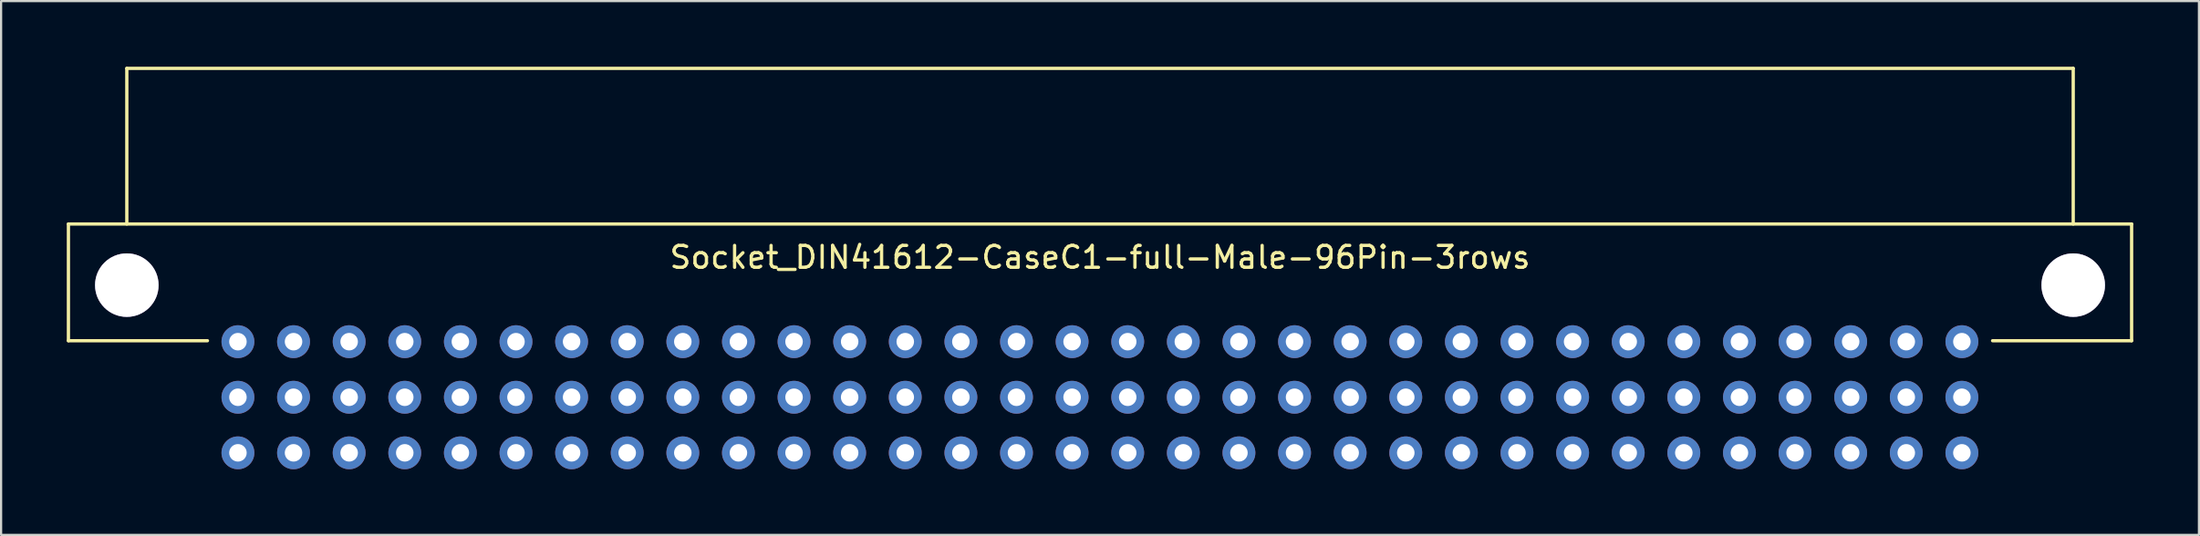
<source format=kicad_pcb>
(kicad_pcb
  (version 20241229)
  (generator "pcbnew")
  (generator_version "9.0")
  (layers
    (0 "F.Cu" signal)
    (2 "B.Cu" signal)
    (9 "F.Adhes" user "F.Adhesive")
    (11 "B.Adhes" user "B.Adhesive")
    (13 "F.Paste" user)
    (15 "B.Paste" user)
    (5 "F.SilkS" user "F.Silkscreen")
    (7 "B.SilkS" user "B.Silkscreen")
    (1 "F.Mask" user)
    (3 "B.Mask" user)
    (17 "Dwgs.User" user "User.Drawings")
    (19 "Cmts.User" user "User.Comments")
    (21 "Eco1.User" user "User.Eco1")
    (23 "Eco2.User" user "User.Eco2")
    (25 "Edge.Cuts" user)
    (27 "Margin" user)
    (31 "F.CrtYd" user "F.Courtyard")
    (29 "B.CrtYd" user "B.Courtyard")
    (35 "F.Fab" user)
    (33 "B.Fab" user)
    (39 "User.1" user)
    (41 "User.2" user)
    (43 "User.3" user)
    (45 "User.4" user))
  (footprint "Socket_DIN41612-CaseC1-full-Male-96Pin-3rows"
    (layer "F.Cu")
    (at 47.187 15.105)
    (property "Reference" "Socket_DIN41612-CaseC1-full-Male-96Pin-3rows" (at 0.005 -6.394 180) (layer "F.SilkS") (effects (font (size 1 1) (thickness 0.15))))
    (attr through_hole)
    (fp_line (start -47.112 -7.918) (end 47.122 -7.918) (stroke (width 0.15) (type solid)) (layer "F.SilkS"))
    (fp_line (start -47.112 -2.584) (end -47.112 -7.918) (stroke (width 0.15) (type solid)) (layer "F.SilkS"))
    (fp_line (start -47.112 -2.584) (end -40.762 -2.584) (stroke (width 0.15) (type solid)) (layer "F.SilkS"))
    (fp_line (start -44.445 -15.03) (end 44.455 -15.03) (stroke (width 0.15) (type solid)) (layer "F.SilkS"))
    (fp_line (start -44.445 -7.918) (end -44.445 -15.03) (stroke (width 0.15) (type solid)) (layer "F.SilkS"))
    (fp_line (start 44.455 -15.03) (end 44.455 -7.918) (stroke (width 0.15) (type solid)) (layer "F.SilkS"))
    (fp_line (start 47.122 -7.918) (end 47.122 -2.584) (stroke (width 0.15) (type solid)) (layer "F.SilkS"))
    (fp_line (start 47.122 -2.584) (end 40.772 -2.584) (stroke (width 0.15) (type solid)) (layer "F.SilkS"))
    (pad "1" thru_hole circle (at -44.445 -5.124 180) (size 2.901 2.901) (drill 2.901) (layers "*.Cu" "*.Mask"))
    (pad "1" thru_hole circle (at 44.455 -5.124 180) (size 2.901 2.901) (drill 2.901) (layers "*.Cu" "*.Mask"))
    (pad "1a" thru_hole circle (at 39.37 -2.54 180) (size 1.501 1.501) (drill 0.8) (layers "*.Cu" "*.Mask"))
    (pad "1b" thru_hole circle (at 39.37 0 180) (size 1.501 1.501) (drill 0.8) (layers "*.Cu" "*.Mask"))
    (pad "1c" thru_hole circle (at 39.37 2.54 180) (size 1.501 1.501) (drill 0.8) (layers "*.Cu" "*.Mask"))
    (pad "2a" thru_hole circle (at 36.83 -2.54 180) (size 1.501 1.501) (drill 0.8) (layers "*.Cu" "*.Mask"))
    (pad "2b" thru_hole circle (at 36.83 0 180) (size 1.501 1.501) (drill 0.8) (layers "*.Cu" "*.Mask"))
    (pad "2c" thru_hole circle (at 36.83 2.54 180) (size 1.501 1.501) (drill 0.8) (layers "*.Cu" "*.Mask"))
    (pad "3a" thru_hole circle (at 34.29 -2.54 180) (size 1.501 1.501) (drill 0.8) (layers "*.Cu" "*.Mask"))
    (pad "3b" thru_hole circle (at 34.29 0 180) (size 1.501 1.501) (drill 0.8) (layers "*.Cu" "*.Mask"))
    (pad "3c" thru_hole circle (at 34.29 2.54 180) (size 1.501 1.501) (drill 0.8) (layers "*.Cu" "*.Mask"))
    (pad "4a" thru_hole circle (at 31.75 -2.54 180) (size 1.501 1.501) (drill 0.8) (layers "*.Cu" "*.Mask"))
    (pad "4b" thru_hole circle (at 31.75 0 180) (size 1.501 1.501) (drill 0.8) (layers "*.Cu" "*.Mask"))
    (pad "4c" thru_hole circle (at 31.75 2.54 180) (size 1.501 1.501) (drill 0.8) (layers "*.Cu" "*.Mask"))
    (pad "5a" thru_hole circle (at 29.21 -2.54 180) (size 1.501 1.501) (drill 0.8) (layers "*.Cu" "*.Mask"))
    (pad "5b" thru_hole circle (at 29.21 0 180) (size 1.501 1.501) (drill 0.8) (layers "*.Cu" "*.Mask"))
    (pad "5c" thru_hole circle (at 29.21 2.54 180) (size 1.501 1.501) (drill 0.8) (layers "*.Cu" "*.Mask"))
    (pad "6a" thru_hole circle (at 26.67 -2.54 180) (size 1.501 1.501) (drill 0.8) (layers "*.Cu" "*.Mask"))
    (pad "6b" thru_hole circle (at 26.67 0 180) (size 1.501 1.501) (drill 0.8) (layers "*.Cu" "*.Mask"))
    (pad "6c" thru_hole circle (at 26.67 2.54 180) (size 1.501 1.501) (drill 0.8) (layers "*.Cu" "*.Mask"))
    (pad "7a" thru_hole circle (at 24.13 -2.54 180) (size 1.501 1.501) (drill 0.8) (layers "*.Cu" "*.Mask"))
    (pad "7b" thru_hole circle (at 24.13 0 180) (size 1.501 1.501) (drill 0.8) (layers "*.Cu" "*.Mask"))
    (pad "7c" thru_hole circle (at 24.13 2.54 180) (size 1.501 1.501) (drill 0.8) (layers "*.Cu" "*.Mask"))
    (pad "8a" thru_hole circle (at 21.59 -2.54 180) (size 1.501 1.501) (drill 0.8) (layers "*.Cu" "*.Mask"))
    (pad "8b" thru_hole circle (at 21.59 0 180) (size 1.501 1.501) (drill 0.8) (layers "*.Cu" "*.Mask"))
    (pad "8c" thru_hole circle (at 21.59 2.54 180) (size 1.501 1.501) (drill 0.8) (layers "*.Cu" "*.Mask"))
    (pad "9a" thru_hole circle (at 19.05 -2.54 180) (size 1.501 1.501) (drill 0.8) (layers "*.Cu" "*.Mask"))
    (pad "9b" thru_hole circle (at 19.05 0 180) (size 1.501 1.501) (drill 0.8) (layers "*.Cu" "*.Mask"))
    (pad "9c" thru_hole circle (at 19.05 2.54 180) (size 1.501 1.501) (drill 0.8) (layers "*.Cu" "*.Mask"))
    (pad "10a" thru_hole circle (at 16.51 -2.54 180) (size 1.501 1.501) (drill 0.8) (layers "*.Cu" "*.Mask"))
    (pad "10b" thru_hole circle (at 16.51 0 180) (size 1.501 1.501) (drill 0.8) (layers "*.Cu" "*.Mask"))
    (pad "10c" thru_hole circle (at 16.51 2.54 180) (size 1.501 1.501) (drill 0.8) (layers "*.Cu" "*.Mask"))
    (pad "11a" thru_hole circle (at 13.97 -2.54 180) (size 1.501 1.501) (drill 0.8) (layers "*.Cu" "*.Mask"))
    (pad "11b" thru_hole circle (at 13.97 0 180) (size 1.501 1.501) (drill 0.8) (layers "*.Cu" "*.Mask"))
    (pad "11c" thru_hole circle (at 13.97 2.54 180) (size 1.501 1.501) (drill 0.8) (layers "*.Cu" "*.Mask"))
    (pad "12a" thru_hole circle (at 11.43 -2.54 180) (size 1.501 1.501) (drill 0.8) (layers "*.Cu" "*.Mask"))
    (pad "12b" thru_hole circle (at 11.43 0 180) (size 1.501 1.501) (drill 0.8) (layers "*.Cu" "*.Mask"))
    (pad "12c" thru_hole circle (at 11.43 2.54 180) (size 1.501 1.501) (drill 0.8) (layers "*.Cu" "*.Mask"))
    (pad "13a" thru_hole circle (at 8.89 -2.54 180) (size 1.501 1.501) (drill 0.8) (layers "*.Cu" "*.Mask"))
    (pad "13b" thru_hole circle (at 8.89 0 180) (size 1.501 1.501) (drill 0.8) (layers "*.Cu" "*.Mask"))
    (pad "13c" thru_hole circle (at 8.89 2.54 180) (size 1.501 1.501) (drill 0.8) (layers "*.Cu" "*.Mask"))
    (pad "14a" thru_hole circle (at 6.35 -2.54 180) (size 1.501 1.501) (drill 0.8) (layers "*.Cu" "*.Mask"))
    (pad "14b" thru_hole circle (at 6.35 0 180) (size 1.501 1.501) (drill 0.8) (layers "*.Cu" "*.Mask"))
    (pad "14c" thru_hole circle (at 6.35 2.54 180) (size 1.501 1.501) (drill 0.8) (layers "*.Cu" "*.Mask"))
    (pad "15a" thru_hole circle (at 3.81 -2.54 180) (size 1.501 1.501) (drill 0.8) (layers "*.Cu" "*.Mask"))
    (pad "15b" thru_hole circle (at 3.81 0 180) (size 1.501 1.501) (drill 0.8) (layers "*.Cu" "*.Mask"))
    (pad "15c" thru_hole circle (at 3.81 2.54 180) (size 1.501 1.501) (drill 0.8) (layers "*.Cu" "*.Mask"))
    (pad "16a" thru_hole circle (at 1.27 -2.54 180) (size 1.501 1.501) (drill 0.8) (layers "*.Cu" "*.Mask"))
    (pad "16b" thru_hole circle (at 1.27 0 180) (size 1.501 1.501) (drill 0.8) (layers "*.Cu" "*.Mask"))
    (pad "16c" thru_hole circle (at 1.27 2.54 180) (size 1.501 1.501) (drill 0.8) (layers "*.Cu" "*.Mask"))
    (pad "17a" thru_hole circle (at -1.27 -2.54 180) (size 1.501 1.501) (drill 0.8) (layers "*.Cu" "*.Mask"))
    (pad "17b" thru_hole circle (at -1.27 0 180) (size 1.501 1.501) (drill 0.8) (layers "*.Cu" "*.Mask"))
    (pad "17c" thru_hole circle (at -1.27 2.54 180) (size 1.501 1.501) (drill 0.8) (layers "*.Cu" "*.Mask"))
    (pad "18a" thru_hole circle (at -3.81 -2.54 180) (size 1.501 1.501) (drill 0.8) (layers "*.Cu" "*.Mask"))
    (pad "18b" thru_hole circle (at -3.81 0 180) (size 1.501 1.501) (drill 0.8) (layers "*.Cu" "*.Mask"))
    (pad "18c" thru_hole circle (at -3.81 2.54 180) (size 1.501 1.501) (drill 0.8) (layers "*.Cu" "*.Mask"))
    (pad "19a" thru_hole circle (at -6.35 -2.54 180) (size 1.501 1.501) (drill 0.8) (layers "*.Cu" "*.Mask"))
    (pad "19b" thru_hole circle (at -6.35 0 180) (size 1.501 1.501) (drill 0.8) (layers "*.Cu" "*.Mask"))
    (pad "19c" thru_hole circle (at -6.35 2.54 180) (size 1.501 1.501) (drill 0.8) (layers "*.Cu" "*.Mask"))
    (pad "20a" thru_hole circle (at -8.89 -2.54 180) (size 1.501 1.501) (drill 0.8) (layers "*.Cu" "*.Mask"))
    (pad "20b" thru_hole circle (at -8.89 0 180) (size 1.501 1.501) (drill 0.8) (layers "*.Cu" "*.Mask"))
    (pad "20c" thru_hole circle (at -8.89 2.54 180) (size 1.501 1.501) (drill 0.8) (layers "*.Cu" "*.Mask"))
    (pad "21a" thru_hole circle (at -11.43 -2.54 180) (size 1.501 1.501) (drill 0.8) (layers "*.Cu" "*.Mask"))
    (pad "21b" thru_hole circle (at -11.43 0 180) (size 1.501 1.501) (drill 0.8) (layers "*.Cu" "*.Mask"))
    (pad "21c" thru_hole circle (at -11.43 2.54 180) (size 1.501 1.501) (drill 0.8) (layers "*.Cu" "*.Mask"))
    (pad "22a" thru_hole circle (at -13.97 -2.54 180) (size 1.501 1.501) (drill 0.8) (layers "*.Cu" "*.Mask"))
    (pad "22b" thru_hole circle (at -13.97 0 180) (size 1.501 1.501) (drill 0.8) (layers "*.Cu" "*.Mask"))
    (pad "22c" thru_hole circle (at -13.97 2.54 180) (size 1.501 1.501) (drill 0.8) (layers "*.Cu" "*.Mask"))
    (pad "23a" thru_hole circle (at -16.51 -2.54 180) (size 1.501 1.501) (drill 0.8) (layers "*.Cu" "*.Mask"))
    (pad "23b" thru_hole circle (at -16.51 0 180) (size 1.501 1.501) (drill 0.8) (layers "*.Cu" "*.Mask"))
    (pad "23c" thru_hole circle (at -16.51 2.54 180) (size 1.501 1.501) (drill 0.8) (layers "*.Cu" "*.Mask"))
    (pad "24" thru_hole circle (at -19.05 -2.54 180) (size 1.501 1.501) (drill 0.8) (layers "*.Cu" "*.Mask"))
    (pad "24b" thru_hole circle (at -19.05 0 180) (size 1.501 1.501) (drill 0.8) (layers "*.Cu" "*.Mask"))
    (pad "24c" thru_hole circle (at -19.05 2.54 180) (size 1.501 1.501) (drill 0.8) (layers "*.Cu" "*.Mask"))
    (pad "25a" thru_hole circle (at -21.59 -2.54 180) (size 1.501 1.501) (drill 0.8) (layers "*.Cu" "*.Mask"))
    (pad "25b" thru_hole circle (at -21.59 0 180) (size 1.501 1.501) (drill 0.8) (layers "*.Cu" "*.Mask"))
    (pad "25c" thru_hole circle (at -21.59 2.54 180) (size 1.501 1.501) (drill 0.8) (layers "*.Cu" "*.Mask"))
    (pad "26a" thru_hole circle (at -24.13 -2.54 180) (size 1.501 1.501) (drill 0.8) (layers "*.Cu" "*.Mask"))
    (pad "26b" thru_hole circle (at -24.13 0 180) (size 1.501 1.501) (drill 0.8) (layers "*.Cu" "*.Mask"))
    (pad "26c" thru_hole circle (at -24.13 2.54 180) (size 1.501 1.501) (drill 0.8) (layers "*.Cu" "*.Mask"))
    (pad "27a" thru_hole circle (at -26.67 -2.54 180) (size 1.501 1.501) (drill 0.8) (layers "*.Cu" "*.Mask"))
    (pad "27b" thru_hole circle (at -26.67 0 180) (size 1.501 1.501) (drill 0.8) (layers "*.Cu" "*.Mask"))
    (pad "27c" thru_hole circle (at -26.67 2.54 180) (size 1.501 1.501) (drill 0.8) (layers "*.Cu" "*.Mask"))
    (pad "28a" thru_hole circle (at -29.21 -2.54 180) (size 1.501 1.501) (drill 0.8) (layers "*.Cu" "*.Mask"))
    (pad "28b" thru_hole circle (at -29.21 0 180) (size 1.501 1.501) (drill 0.8) (layers "*.Cu" "*.Mask"))
    (pad "28c" thru_hole circle (at -29.21 2.54 180) (size 1.501 1.501) (drill 0.8) (layers "*.Cu" "*.Mask"))
    (pad "29a" thru_hole circle (at -31.75 -2.54 180) (size 1.501 1.501) (drill 0.8) (layers "*.Cu" "*.Mask"))
    (pad "29b" thru_hole circle (at -31.75 0 180) (size 1.501 1.501) (drill 0.8) (layers "*.Cu" "*.Mask"))
    (pad "29c" thru_hole circle (at -31.75 2.54 180) (size 1.501 1.501) (drill 0.8) (layers "*.Cu" "*.Mask"))
    (pad "30a" thru_hole circle (at -34.29 -2.54 180) (size 1.501 1.501) (drill 0.8) (layers "*.Cu" "*.Mask"))
    (pad "30b" thru_hole circle (at -34.29 0 180) (size 1.501 1.501) (drill 0.8) (layers "*.Cu" "*.Mask"))
    (pad "30c" thru_hole circle (at -34.29 2.54 180) (size 1.501 1.501) (drill 0.8) (layers "*.Cu" "*.Mask"))
    (pad "31a" thru_hole circle (at -36.83 -2.54 180) (size 1.501 1.501) (drill 0.8) (layers "*.Cu" "*.Mask"))
    (pad "31b" thru_hole circle (at -36.83 0 180) (size 1.501 1.501) (drill 0.8) (layers "*.Cu" "*.Mask"))
    (pad "31c" thru_hole circle (at -36.83 2.54 180) (size 1.501 1.501) (drill 0.8) (layers "*.Cu" "*.Mask"))
    (pad "32a" thru_hole circle (at -39.37 -2.54 180) (size 1.501 1.501) (drill 0.8) (layers "*.Cu" "*.Mask"))
    (pad "32b" thru_hole circle (at -39.37 0 180) (size 1.501 1.501) (drill 0.8) (layers "*.Cu" "*.Mask"))
    (pad "32c" thru_hole circle (at -39.37 2.54 180) (size 1.501 1.501) (drill 0.8) (layers "*.Cu" "*.Mask")))
  (gr_rect
    (start -3 -3)
    (end 97.384 21.396)
    (stroke (width 0.1) (type default))
    (fill no)
    (layer "Edge.Cuts")))
</source>
